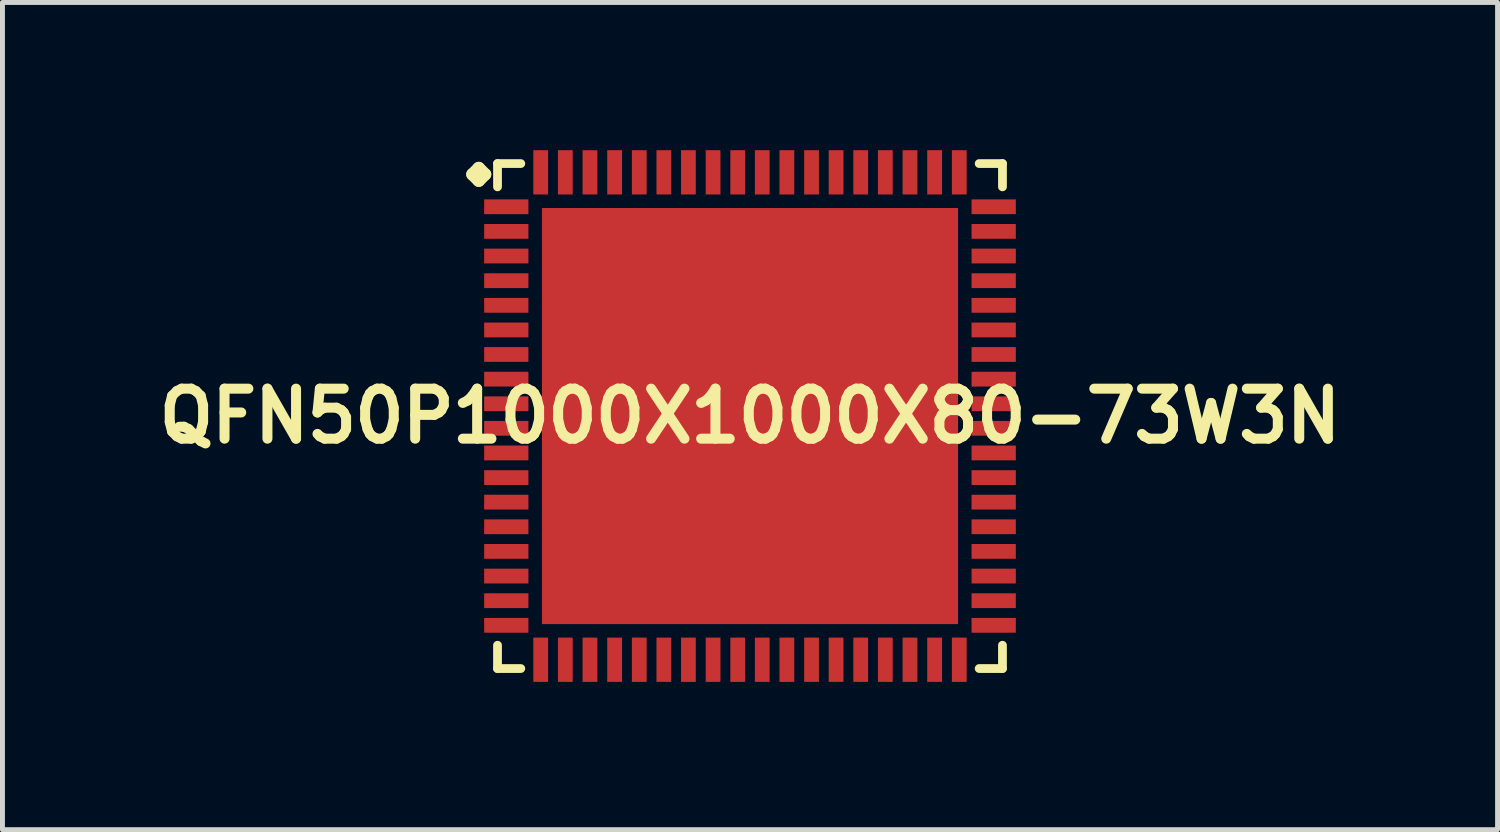
<source format=kicad_pcb>
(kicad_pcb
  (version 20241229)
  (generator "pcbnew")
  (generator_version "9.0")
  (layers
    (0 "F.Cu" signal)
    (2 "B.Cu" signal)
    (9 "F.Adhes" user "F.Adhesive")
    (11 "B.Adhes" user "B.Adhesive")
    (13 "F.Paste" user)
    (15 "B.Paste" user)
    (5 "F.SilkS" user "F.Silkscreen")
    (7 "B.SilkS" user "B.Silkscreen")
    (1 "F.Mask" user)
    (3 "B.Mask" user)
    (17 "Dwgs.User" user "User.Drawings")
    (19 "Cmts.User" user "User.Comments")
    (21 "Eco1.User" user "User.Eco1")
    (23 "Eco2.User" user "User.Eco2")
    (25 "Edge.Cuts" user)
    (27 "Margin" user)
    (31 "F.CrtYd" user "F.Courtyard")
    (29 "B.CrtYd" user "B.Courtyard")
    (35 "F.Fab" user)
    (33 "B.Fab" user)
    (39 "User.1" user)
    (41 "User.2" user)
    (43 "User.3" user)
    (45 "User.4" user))
  (footprint "QFN50P1000X1000X80-73W3N"
    (layer "F.Cu")
    (at 12.177 5.397)
    (property "Reference" "QFN50P1000X1000X80-73W3N" (at 0 0 0) (layer "F.SilkS") (effects (font (size 1.016 1.016) (thickness 0.203))))
    (attr smd)
    (fp_line (start -5.634 -4.907) (end -5.507 -5.034) (stroke (width 0.254) (type solid)) (layer "F.SilkS"))
    (fp_line (start -5.507 -5.034) (end -5.38 -4.907) (stroke (width 0.254) (type solid)) (layer "F.SilkS"))
    (fp_line (start -5.507 -4.78) (end -5.634 -4.907) (stroke (width 0.254) (type solid)) (layer "F.SilkS"))
    (fp_line (start -5.38 -4.907) (end -5.507 -4.78) (stroke (width 0.254) (type solid)) (layer "F.SilkS"))
    (fp_line (start -5.126 -5.126) (end -4.653 -5.126) (stroke (width 0.178) (type solid)) (layer "F.SilkS"))
    (fp_line (start -5.126 -4.653) (end -5.126 -5.126) (stroke (width 0.178) (type solid)) (layer "F.SilkS"))
    (fp_line (start -5.126 4.653) (end -5.126 5.126) (stroke (width 0.178) (type solid)) (layer "F.SilkS"))
    (fp_line (start -5.126 5.126) (end -4.653 5.126) (stroke (width 0.178) (type solid)) (layer "F.SilkS"))
    (fp_line (start 4.653 -5.126) (end 5.126 -5.126) (stroke (width 0.178) (type solid)) (layer "F.SilkS"))
    (fp_line (start 4.653 5.126) (end 5.126 5.126) (stroke (width 0.178) (type solid)) (layer "F.SilkS"))
    (fp_line (start 5.126 -5.126) (end 5.126 -4.653) (stroke (width 0.178) (type solid)) (layer "F.SilkS"))
    (fp_line (start 5.126 5.126) (end 5.126 4.653) (stroke (width 0.178) (type solid)) (layer "F.SilkS"))
    (pad "1" smd rect (at -4.948 -4.249) (size 0.899 0.3) (layers "F.Cu" "F.Mask" "F.Paste"))
    (pad "2" smd rect (at -4.948 -3.749) (size 0.899 0.3) (layers "F.Cu" "F.Mask" "F.Paste"))
    (pad "3" smd rect (at -4.948 -3.249) (size 0.899 0.3) (layers "F.Cu" "F.Mask" "F.Paste"))
    (pad "4" smd rect (at -4.948 -2.748) (size 0.899 0.3) (layers "F.Cu" "F.Mask" "F.Paste"))
    (pad "5" smd rect (at -4.948 -2.248) (size 0.899 0.3) (layers "F.Cu" "F.Mask" "F.Paste"))
    (pad "6" smd rect (at -4.948 -1.748) (size 0.899 0.3) (layers "F.Cu" "F.Mask" "F.Paste"))
    (pad "7" smd rect (at -4.948 -1.25) (size 0.899 0.3) (layers "F.Cu" "F.Mask" "F.Paste"))
    (pad "8" smd rect (at -4.948 -0.749) (size 0.899 0.3) (layers "F.Cu" "F.Mask" "F.Paste"))
    (pad "9" smd rect (at -4.948 -0.249) (size 0.899 0.3) (layers "F.Cu" "F.Mask" "F.Paste"))
    (pad "10" smd rect (at -4.948 0.249) (size 0.899 0.3) (layers "F.Cu" "F.Mask" "F.Paste"))
    (pad "11" smd rect (at -4.948 0.749) (size 0.899 0.3) (layers "F.Cu" "F.Mask" "F.Paste"))
    (pad "12" smd rect (at -4.948 1.25) (size 0.899 0.3) (layers "F.Cu" "F.Mask" "F.Paste"))
    (pad "13" smd rect (at -4.948 1.748) (size 0.899 0.3) (layers "F.Cu" "F.Mask" "F.Paste"))
    (pad "14" smd rect (at -4.948 2.248) (size 0.899 0.3) (layers "F.Cu" "F.Mask" "F.Paste"))
    (pad "15" smd rect (at -4.948 2.748) (size 0.899 0.3) (layers "F.Cu" "F.Mask" "F.Paste"))
    (pad "16" smd rect (at -4.948 3.249) (size 0.899 0.3) (layers "F.Cu" "F.Mask" "F.Paste"))
    (pad "17" smd rect (at -4.948 3.749) (size 0.899 0.3) (layers "F.Cu" "F.Mask" "F.Paste"))
    (pad "18" smd rect (at -4.948 4.249) (size 0.899 0.3) (layers "F.Cu" "F.Mask" "F.Paste"))
    (pad "19" smd rect (at -4.249 4.948) (size 0.3 0.899) (layers "F.Cu" "F.Mask" "F.Paste"))
    (pad "20" smd rect (at -3.749 4.948) (size 0.3 0.899) (layers "F.Cu" "F.Mask" "F.Paste"))
    (pad "21" smd rect (at -3.249 4.948) (size 0.3 0.899) (layers "F.Cu" "F.Mask" "F.Paste"))
    (pad "22" smd rect (at -2.748 4.948) (size 0.3 0.899) (layers "F.Cu" "F.Mask" "F.Paste"))
    (pad "23" smd rect (at -2.248 4.948) (size 0.3 0.899) (layers "F.Cu" "F.Mask" "F.Paste"))
    (pad "24" smd rect (at -1.748 4.948) (size 0.3 0.899) (layers "F.Cu" "F.Mask" "F.Paste"))
    (pad "25" smd rect (at -1.25 4.948) (size 0.3 0.899) (layers "F.Cu" "F.Mask" "F.Paste"))
    (pad "26" smd rect (at -0.749 4.948) (size 0.3 0.899) (layers "F.Cu" "F.Mask" "F.Paste"))
    (pad "27" smd rect (at -0.249 4.948) (size 0.3 0.899) (layers "F.Cu" "F.Mask" "F.Paste"))
    (pad "28" smd rect (at 0.249 4.948) (size 0.3 0.899) (layers "F.Cu" "F.Mask" "F.Paste"))
    (pad "29" smd rect (at 0.749 4.948) (size 0.3 0.899) (layers "F.Cu" "F.Mask" "F.Paste"))
    (pad "30" smd rect (at 1.25 4.948) (size 0.3 0.899) (layers "F.Cu" "F.Mask" "F.Paste"))
    (pad "31" smd rect (at 1.748 4.948) (size 0.3 0.899) (layers "F.Cu" "F.Mask" "F.Paste"))
    (pad "32" smd rect (at 2.248 4.948) (size 0.3 0.899) (layers "F.Cu" "F.Mask" "F.Paste"))
    (pad "33" smd rect (at 2.748 4.948) (size 0.3 0.899) (layers "F.Cu" "F.Mask" "F.Paste"))
    (pad "34" smd rect (at 3.249 4.948) (size 0.3 0.899) (layers "F.Cu" "F.Mask" "F.Paste"))
    (pad "35" smd rect (at 3.749 4.948) (size 0.3 0.899) (layers "F.Cu" "F.Mask" "F.Paste"))
    (pad "36" smd rect (at 4.249 4.948) (size 0.3 0.899) (layers "F.Cu" "F.Mask" "F.Paste"))
    (pad "37" smd rect (at 4.948 4.249) (size 0.899 0.3) (layers "F.Cu" "F.Mask" "F.Paste"))
    (pad "38" smd rect (at 4.948 3.749) (size 0.899 0.3) (layers "F.Cu" "F.Mask" "F.Paste"))
    (pad "39" smd rect (at 4.948 3.249) (size 0.899 0.3) (layers "F.Cu" "F.Mask" "F.Paste"))
    (pad "40" smd rect (at 4.948 2.748) (size 0.899 0.3) (layers "F.Cu" "F.Mask" "F.Paste"))
    (pad "41" smd rect (at 4.948 2.248) (size 0.899 0.3) (layers "F.Cu" "F.Mask" "F.Paste"))
    (pad "42" smd rect (at 4.948 1.748) (size 0.899 0.3) (layers "F.Cu" "F.Mask" "F.Paste"))
    (pad "43" smd rect (at 4.948 1.25) (size 0.899 0.3) (layers "F.Cu" "F.Mask" "F.Paste"))
    (pad "44" smd rect (at 4.948 0.749) (size 0.899 0.3) (layers "F.Cu" "F.Mask" "F.Paste"))
    (pad "45" smd rect (at 4.948 0.249) (size 0.899 0.3) (layers "F.Cu" "F.Mask" "F.Paste"))
    (pad "46" smd rect (at 4.948 -0.249) (size 0.899 0.3) (layers "F.Cu" "F.Mask" "F.Paste"))
    (pad "47" smd rect (at 4.948 -0.749) (size 0.899 0.3) (layers "F.Cu" "F.Mask" "F.Paste"))
    (pad "48" smd rect (at 4.948 -1.25) (size 0.899 0.3) (layers "F.Cu" "F.Mask" "F.Paste"))
    (pad "49" smd rect (at 4.948 -1.748) (size 0.899 0.3) (layers "F.Cu" "F.Mask" "F.Paste"))
    (pad "50" smd rect (at 4.948 -2.248) (size 0.899 0.3) (layers "F.Cu" "F.Mask" "F.Paste"))
    (pad "51" smd rect (at 4.948 -2.748) (size 0.899 0.3) (layers "F.Cu" "F.Mask" "F.Paste"))
    (pad "52" smd rect (at 4.948 -3.249) (size 0.899 0.3) (layers "F.Cu" "F.Mask" "F.Paste"))
    (pad "53" smd rect (at 4.948 -3.749) (size 0.899 0.3) (layers "F.Cu" "F.Mask" "F.Paste"))
    (pad "54" smd rect (at 4.948 -4.249) (size 0.899 0.3) (layers "F.Cu" "F.Mask" "F.Paste"))
    (pad "55" smd rect (at 4.249 -4.948) (size 0.3 0.899) (layers "F.Cu" "F.Mask" "F.Paste"))
    (pad "56" smd rect (at 3.749 -4.948) (size 0.3 0.899) (layers "F.Cu" "F.Mask" "F.Paste"))
    (pad "57" smd rect (at 3.249 -4.948) (size 0.3 0.899) (layers "F.Cu" "F.Mask" "F.Paste"))
    (pad "58" smd rect (at 2.748 -4.948) (size 0.3 0.899) (layers "F.Cu" "F.Mask" "F.Paste"))
    (pad "59" smd rect (at 2.248 -4.948) (size 0.3 0.899) (layers "F.Cu" "F.Mask" "F.Paste"))
    (pad "60" smd rect (at 1.748 -4.948) (size 0.3 0.899) (layers "F.Cu" "F.Mask" "F.Paste"))
    (pad "61" smd rect (at 1.25 -4.948) (size 0.3 0.899) (layers "F.Cu" "F.Mask" "F.Paste"))
    (pad "62" smd rect (at 0.749 -4.948) (size 0.3 0.899) (layers "F.Cu" "F.Mask" "F.Paste"))
    (pad "63" smd rect (at 0.249 -4.948) (size 0.3 0.899) (layers "F.Cu" "F.Mask" "F.Paste"))
    (pad "64" smd rect (at -0.249 -4.948) (size 0.3 0.899) (layers "F.Cu" "F.Mask" "F.Paste"))
    (pad "65" smd rect (at -0.749 -4.948) (size 0.3 0.899) (layers "F.Cu" "F.Mask" "F.Paste"))
    (pad "66" smd rect (at -1.25 -4.948) (size 0.3 0.899) (layers "F.Cu" "F.Mask" "F.Paste"))
    (pad "67" smd rect (at -1.748 -4.948) (size 0.3 0.899) (layers "F.Cu" "F.Mask" "F.Paste"))
    (pad "68" smd rect (at -2.248 -4.948) (size 0.3 0.899) (layers "F.Cu" "F.Mask" "F.Paste"))
    (pad "69" smd rect (at -2.748 -4.948) (size 0.3 0.899) (layers "F.Cu" "F.Mask" "F.Paste"))
    (pad "70" smd rect (at -3.249 -4.948) (size 0.3 0.899) (layers "F.Cu" "F.Mask" "F.Paste"))
    (pad "71" smd rect (at -3.749 -4.948) (size 0.3 0.899) (layers "F.Cu" "F.Mask" "F.Paste"))
    (pad "72" smd rect (at -4.249 -4.948) (size 0.3 0.899) (layers "F.Cu" "F.Mask" "F.Paste"))
    (pad "73" smd rect (at 0 0) (size 8.448 8.448) (layers "F.Cu" "F.Mask" "F.Paste")))
  (gr_rect
    (start -3 -3)
    (end 27.355 13.795)
    (stroke (width 0.1) (type default))
    (fill no)
    (layer "Edge.Cuts")))
</source>
